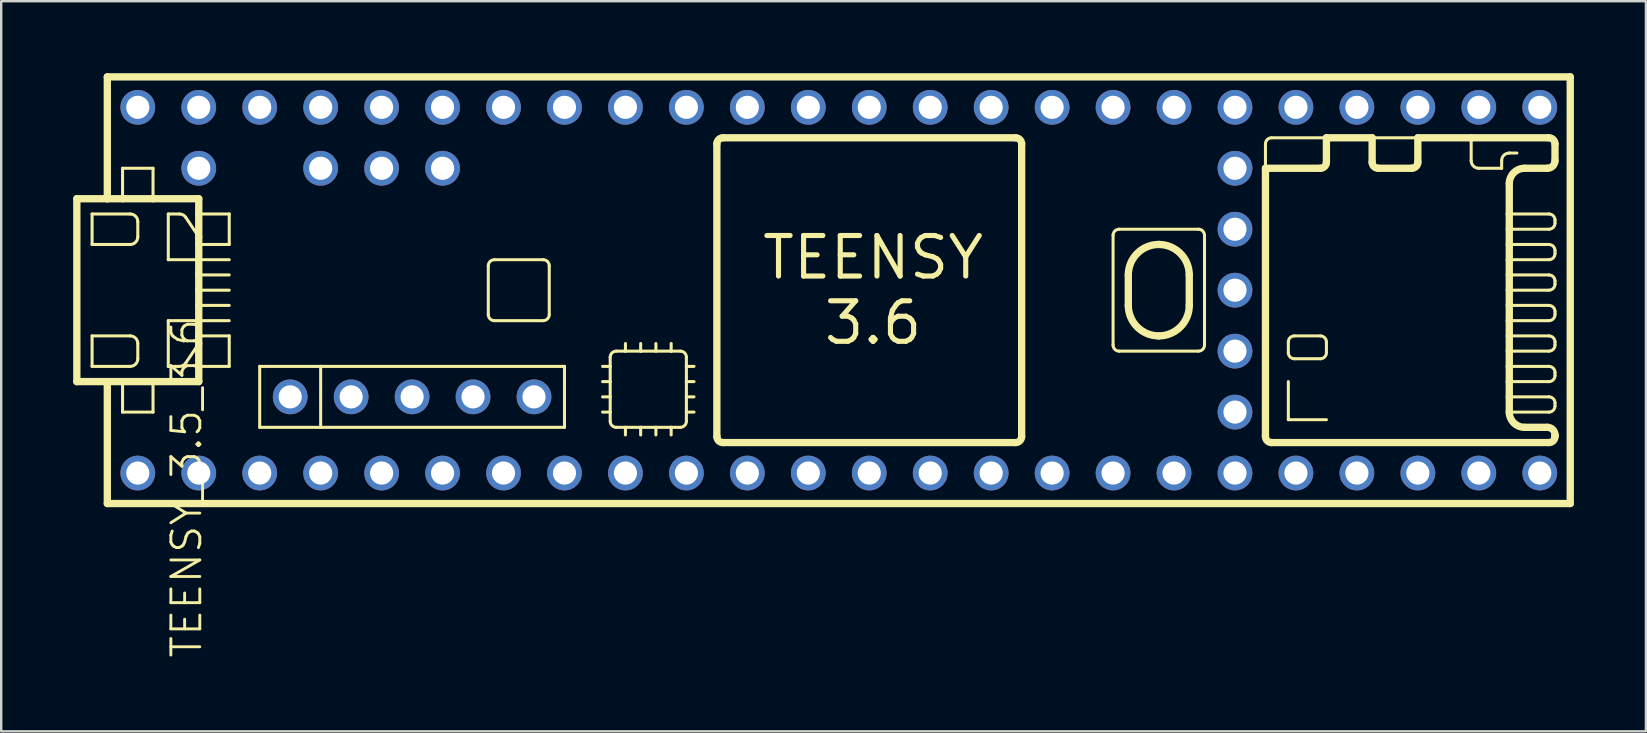
<source format=kicad_pcb>
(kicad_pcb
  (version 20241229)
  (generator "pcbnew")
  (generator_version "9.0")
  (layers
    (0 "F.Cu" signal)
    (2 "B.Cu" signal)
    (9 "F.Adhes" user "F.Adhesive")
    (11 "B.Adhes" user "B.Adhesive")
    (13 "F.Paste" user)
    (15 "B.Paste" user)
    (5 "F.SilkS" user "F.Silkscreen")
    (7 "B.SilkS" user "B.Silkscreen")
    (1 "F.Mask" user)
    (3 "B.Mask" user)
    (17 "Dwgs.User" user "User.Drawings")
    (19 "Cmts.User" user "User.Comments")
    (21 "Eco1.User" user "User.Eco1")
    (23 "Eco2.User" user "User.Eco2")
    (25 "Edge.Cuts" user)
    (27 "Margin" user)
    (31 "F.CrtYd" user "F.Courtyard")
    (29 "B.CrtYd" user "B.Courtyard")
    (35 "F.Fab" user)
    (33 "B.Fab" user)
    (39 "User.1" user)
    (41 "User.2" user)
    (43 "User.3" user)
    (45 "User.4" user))
  (footprint "TEENSY_3.5_3.6"
    (layer "F.Cu")
    (at 30.632 9.042)
    (property "Reference" "TEENSY_3.5_3.6" (at -25.908 8.255 270) (layer "F.SilkS") (effects (font (size 1.206 1.206) (thickness 0.121))))
    (attr through_hole)
    (fp_line (start -30.48 -3.81) (end -30.48 3.81) (stroke (width 0.305) (type solid)) (layer "F.SilkS"))
    (fp_line (start -30.48 3.81) (end -29.21 3.81) (stroke (width 0.305) (type solid)) (layer "F.SilkS"))
    (fp_line (start -29.845 -3.175) (end -29.845 -1.905) (stroke (width 0.127) (type solid)) (layer "F.SilkS"))
    (fp_line (start -29.845 -3.175) (end -28.258 -3.175) (stroke (width 0.127) (type solid)) (layer "F.SilkS"))
    (fp_line (start -29.845 1.905) (end -29.845 3.175) (stroke (width 0.127) (type solid)) (layer "F.SilkS"))
    (fp_line (start -29.845 3.175) (end -28.258 3.175) (stroke (width 0.127) (type solid)) (layer "F.SilkS"))
    (fp_line (start -29.21 -8.89) (end -29.21 -3.81) (stroke (width 0.305) (type solid)) (layer "F.SilkS"))
    (fp_line (start -29.21 -8.89) (end 31.75 -8.89) (stroke (width 0.305) (type solid)) (layer "F.SilkS"))
    (fp_line (start -29.21 -3.81) (end -30.48 -3.81) (stroke (width 0.305) (type solid)) (layer "F.SilkS"))
    (fp_line (start -29.21 3.81) (end -28.575 3.81) (stroke (width 0.305) (type solid)) (layer "F.SilkS"))
    (fp_line (start -29.21 8.89) (end -29.21 3.81) (stroke (width 0.305) (type solid)) (layer "F.SilkS"))
    (fp_line (start -28.575 -5.08) (end -27.305 -5.08) (stroke (width 0.127) (type solid)) (layer "F.SilkS"))
    (fp_line (start -28.575 -3.81) (end -29.21 -3.81) (stroke (width 0.305) (type solid)) (layer "F.SilkS"))
    (fp_line (start -28.575 -3.81) (end -28.575 -5.08) (stroke (width 0.127) (type solid)) (layer "F.SilkS"))
    (fp_line (start -28.575 3.81) (end -28.575 5.08) (stroke (width 0.127) (type solid)) (layer "F.SilkS"))
    (fp_line (start -28.575 3.81) (end -27.305 3.81) (stroke (width 0.305) (type solid)) (layer "F.SilkS"))
    (fp_line (start -28.575 5.08) (end -27.305 5.08) (stroke (width 0.127) (type solid)) (layer "F.SilkS"))
    (fp_line (start -28.258 -1.905) (end -29.845 -1.905) (stroke (width 0.127) (type solid)) (layer "F.SilkS"))
    (fp_line (start -28.258 1.905) (end -29.845 1.905) (stroke (width 0.127) (type solid)) (layer "F.SilkS"))
    (fp_line (start -27.94 -2.857) (end -27.94 -2.223) (stroke (width 0.127) (type solid)) (layer "F.SilkS"))
    (fp_line (start -27.94 2.857) (end -27.94 2.223) (stroke (width 0.127) (type solid)) (layer "F.SilkS"))
    (fp_line (start -27.305 -5.08) (end -27.305 -3.81) (stroke (width 0.127) (type solid)) (layer "F.SilkS"))
    (fp_line (start -27.305 -3.81) (end -28.575 -3.81) (stroke (width 0.305) (type solid)) (layer "F.SilkS"))
    (fp_line (start -27.305 3.81) (end -25.4 3.81) (stroke (width 0.305) (type solid)) (layer "F.SilkS"))
    (fp_line (start -27.305 5.08) (end -27.305 3.81) (stroke (width 0.127) (type solid)) (layer "F.SilkS"))
    (fp_line (start -26.67 -3.175) (end -26.205 -3.175) (stroke (width 0.127) (type solid)) (layer "F.SilkS"))
    (fp_line (start -26.67 -1.27) (end -26.67 -3.175) (stroke (width 0.127) (type solid)) (layer "F.SilkS"))
    (fp_line (start -26.67 1.27) (end -26.67 3.175) (stroke (width 0.127) (type solid)) (layer "F.SilkS"))
    (fp_line (start -26.67 3.175) (end -26.205 3.175) (stroke (width 0.127) (type solid)) (layer "F.SilkS"))
    (fp_line (start -25.941 -3.034) (end -25.4 -2.223) (stroke (width 0.127) (type solid)) (layer "F.SilkS"))
    (fp_line (start -25.941 3.034) (end -25.4 2.223) (stroke (width 0.127) (type solid)) (layer "F.SilkS"))
    (fp_line (start -25.4 -3.81) (end -27.305 -3.81) (stroke (width 0.305) (type solid)) (layer "F.SilkS"))
    (fp_line (start -25.4 -3.175) (end -25.4 -3.81) (stroke (width 0.305) (type solid)) (layer "F.SilkS"))
    (fp_line (start -25.4 -2.223) (end -25.4 -3.175) (stroke (width 0.305) (type solid)) (layer "F.SilkS"))
    (fp_line (start -25.4 -1.905) (end -25.4 -2.223) (stroke (width 0.305) (type solid)) (layer "F.SilkS"))
    (fp_line (start -25.4 -1.905) (end -24.13 -1.905) (stroke (width 0.127) (type solid)) (layer "F.SilkS"))
    (fp_line (start -25.4 -1.27) (end -26.67 -1.27) (stroke (width 0.127) (type solid)) (layer "F.SilkS"))
    (fp_line (start -25.4 -1.27) (end -25.4 -1.905) (stroke (width 0.305) (type solid)) (layer "F.SilkS"))
    (fp_line (start -25.4 -1.27) (end -24.13 -1.27) (stroke (width 0.127) (type solid)) (layer "F.SilkS"))
    (fp_line (start -25.4 -0.635) (end -25.4 -1.27) (stroke (width 0.305) (type solid)) (layer "F.SilkS"))
    (fp_line (start -25.4 -0.635) (end -24.13 -0.635) (stroke (width 0.127) (type solid)) (layer "F.SilkS"))
    (fp_line (start -25.4 0) (end -25.4 -0.635) (stroke (width 0.305) (type solid)) (layer "F.SilkS"))
    (fp_line (start -25.4 0) (end -24.13 0) (stroke (width 0.127) (type solid)) (layer "F.SilkS"))
    (fp_line (start -25.4 0.635) (end -25.4 0) (stroke (width 0.305) (type solid)) (layer "F.SilkS"))
    (fp_line (start -25.4 0.635) (end -24.13 0.635) (stroke (width 0.127) (type solid)) (layer "F.SilkS"))
    (fp_line (start -25.4 1.27) (end -26.67 1.27) (stroke (width 0.127) (type solid)) (layer "F.SilkS"))
    (fp_line (start -25.4 1.27) (end -25.4 0.635) (stroke (width 0.305) (type solid)) (layer "F.SilkS"))
    (fp_line (start -25.4 1.27) (end -24.13 1.27) (stroke (width 0.127) (type solid)) (layer "F.SilkS"))
    (fp_line (start -25.4 1.905) (end -25.4 1.27) (stroke (width 0.305) (type solid)) (layer "F.SilkS"))
    (fp_line (start -25.4 1.905) (end -24.13 1.905) (stroke (width 0.127) (type solid)) (layer "F.SilkS"))
    (fp_line (start -25.4 2.223) (end -25.4 1.905) (stroke (width 0.305) (type solid)) (layer "F.SilkS"))
    (fp_line (start -25.4 3.175) (end -25.4 2.223) (stroke (width 0.305) (type solid)) (layer "F.SilkS"))
    (fp_line (start -25.4 3.81) (end -25.4 3.175) (stroke (width 0.305) (type solid)) (layer "F.SilkS"))
    (fp_line (start -24.13 -3.175) (end -25.4 -3.175) (stroke (width 0.127) (type solid)) (layer "F.SilkS"))
    (fp_line (start -24.13 -1.905) (end -24.13 -3.175) (stroke (width 0.127) (type solid)) (layer "F.SilkS"))
    (fp_line (start -24.13 1.905) (end -24.13 3.175) (stroke (width 0.127) (type solid)) (layer "F.SilkS"))
    (fp_line (start -24.13 3.175) (end -25.4 3.175) (stroke (width 0.127) (type solid)) (layer "F.SilkS"))
    (fp_line (start -22.86 3.175) (end -20.32 3.175) (stroke (width 0.127) (type solid)) (layer "F.SilkS"))
    (fp_line (start -22.86 5.715) (end -22.86 3.175) (stroke (width 0.127) (type solid)) (layer "F.SilkS"))
    (fp_line (start -20.32 3.175) (end -20.32 5.715) (stroke (width 0.127) (type solid)) (layer "F.SilkS"))
    (fp_line (start -20.32 3.175) (end -10.16 3.175) (stroke (width 0.127) (type solid)) (layer "F.SilkS"))
    (fp_line (start -20.32 5.715) (end -22.86 5.715) (stroke (width 0.127) (type solid)) (layer "F.SilkS"))
    (fp_line (start -13.335 -1.016) (end -13.335 1.016) (stroke (width 0.127) (type solid)) (layer "F.SilkS"))
    (fp_line (start -13.081 1.27) (end -11.049 1.27) (stroke (width 0.127) (type solid)) (layer "F.SilkS"))
    (fp_line (start -11.049 -1.27) (end -13.081 -1.27) (stroke (width 0.127) (type solid)) (layer "F.SilkS"))
    (fp_line (start -10.795 1.016) (end -10.795 -1.016) (stroke (width 0.127) (type solid)) (layer "F.SilkS"))
    (fp_line (start -10.16 3.175) (end -10.16 5.715) (stroke (width 0.127) (type solid)) (layer "F.SilkS"))
    (fp_line (start -10.16 5.715) (end -20.32 5.715) (stroke (width 0.127) (type solid)) (layer "F.SilkS"))
    (fp_line (start -8.255 2.794) (end -8.255 3.175) (stroke (width 0.127) (type solid)) (layer "F.SilkS"))
    (fp_line (start -8.255 3.175) (end -8.572 3.175) (stroke (width 0.127) (type solid)) (layer "F.SilkS"))
    (fp_line (start -8.255 3.175) (end -8.255 3.81) (stroke (width 0.127) (type solid)) (layer "F.SilkS"))
    (fp_line (start -8.255 3.81) (end -8.572 3.81) (stroke (width 0.127) (type solid)) (layer "F.SilkS"))
    (fp_line (start -8.255 3.81) (end -8.255 4.445) (stroke (width 0.127) (type solid)) (layer "F.SilkS"))
    (fp_line (start -8.255 4.445) (end -8.572 4.445) (stroke (width 0.127) (type solid)) (layer "F.SilkS"))
    (fp_line (start -8.255 4.445) (end -8.255 5.08) (stroke (width 0.127) (type solid)) (layer "F.SilkS"))
    (fp_line (start -8.255 5.08) (end -8.572 5.08) (stroke (width 0.127) (type solid)) (layer "F.SilkS"))
    (fp_line (start -8.255 5.08) (end -8.255 5.461) (stroke (width 0.127) (type solid)) (layer "F.SilkS"))
    (fp_line (start -8.001 5.715) (end -7.62 5.715) (stroke (width 0.127) (type solid)) (layer "F.SilkS"))
    (fp_line (start -7.62 2.54) (end -8.001 2.54) (stroke (width 0.127) (type solid)) (layer "F.SilkS"))
    (fp_line (start -7.62 2.54) (end -7.62 2.223) (stroke (width 0.127) (type solid)) (layer "F.SilkS"))
    (fp_line (start -7.62 5.715) (end -7.62 6.032) (stroke (width 0.127) (type solid)) (layer "F.SilkS"))
    (fp_line (start -7.62 5.715) (end -6.985 5.715) (stroke (width 0.127) (type solid)) (layer "F.SilkS"))
    (fp_line (start -6.985 2.54) (end -7.62 2.54) (stroke (width 0.127) (type solid)) (layer "F.SilkS"))
    (fp_line (start -6.985 2.54) (end -6.985 2.223) (stroke (width 0.127) (type solid)) (layer "F.SilkS"))
    (fp_line (start -6.985 5.715) (end -6.985 6.032) (stroke (width 0.127) (type solid)) (layer "F.SilkS"))
    (fp_line (start -6.985 5.715) (end -6.35 5.715) (stroke (width 0.127) (type solid)) (layer "F.SilkS"))
    (fp_line (start -6.35 2.54) (end -6.985 2.54) (stroke (width 0.127) (type solid)) (layer "F.SilkS"))
    (fp_line (start -6.35 2.54) (end -6.35 2.223) (stroke (width 0.127) (type solid)) (layer "F.SilkS"))
    (fp_line (start -6.35 5.715) (end -6.35 6.032) (stroke (width 0.127) (type solid)) (layer "F.SilkS"))
    (fp_line (start -6.35 5.715) (end -5.715 5.715) (stroke (width 0.127) (type solid)) (layer "F.SilkS"))
    (fp_line (start -5.715 2.54) (end -6.35 2.54) (stroke (width 0.127) (type solid)) (layer "F.SilkS"))
    (fp_line (start -5.715 2.54) (end -5.715 2.223) (stroke (width 0.127) (type solid)) (layer "F.SilkS"))
    (fp_line (start -5.715 5.715) (end -5.715 6.032) (stroke (width 0.127) (type solid)) (layer "F.SilkS"))
    (fp_line (start -5.715 5.715) (end -5.334 5.715) (stroke (width 0.127) (type solid)) (layer "F.SilkS"))
    (fp_line (start -5.334 2.54) (end -5.715 2.54) (stroke (width 0.127) (type solid)) (layer "F.SilkS"))
    (fp_line (start -5.08 3.175) (end -5.08 2.794) (stroke (width 0.127) (type solid)) (layer "F.SilkS"))
    (fp_line (start -5.08 3.175) (end -4.763 3.175) (stroke (width 0.127) (type solid)) (layer "F.SilkS"))
    (fp_line (start -5.08 3.81) (end -5.08 3.175) (stroke (width 0.127) (type solid)) (layer "F.SilkS"))
    (fp_line (start -5.08 3.81) (end -4.763 3.81) (stroke (width 0.127) (type solid)) (layer "F.SilkS"))
    (fp_line (start -5.08 4.445) (end -5.08 3.81) (stroke (width 0.127) (type solid)) (layer "F.SilkS"))
    (fp_line (start -5.08 4.445) (end -4.763 4.445) (stroke (width 0.127) (type solid)) (layer "F.SilkS"))
    (fp_line (start -5.08 5.08) (end -5.08 4.445) (stroke (width 0.127) (type solid)) (layer "F.SilkS"))
    (fp_line (start -5.08 5.08) (end -4.763 5.08) (stroke (width 0.127) (type solid)) (layer "F.SilkS"))
    (fp_line (start -5.08 5.461) (end -5.08 5.08) (stroke (width 0.127) (type solid)) (layer "F.SilkS"))
    (fp_line (start -3.81 6.096) (end -3.81 -6.096) (stroke (width 0.305) (type solid)) (layer "F.SilkS"))
    (fp_line (start -3.556 -6.35) (end 8.636 -6.35) (stroke (width 0.305) (type solid)) (layer "F.SilkS"))
    (fp_line (start 8.636 6.35) (end -3.556 6.35) (stroke (width 0.305) (type solid)) (layer "F.SilkS"))
    (fp_line (start 8.89 -6.096) (end 8.89 6.096) (stroke (width 0.305) (type solid)) (layer "F.SilkS"))
    (fp_line (start 12.7 -2.286) (end 12.7 2.286) (stroke (width 0.127) (type solid)) (layer "F.SilkS"))
    (fp_line (start 12.954 2.54) (end 16.256 2.54) (stroke (width 0.127) (type solid)) (layer "F.SilkS"))
    (fp_line (start 13.335 0.635) (end 13.335 -0.635) (stroke (width 0.305) (type solid)) (layer "F.SilkS"))
    (fp_line (start 15.875 -0.635) (end 15.875 0.635) (stroke (width 0.305) (type solid)) (layer "F.SilkS"))
    (fp_line (start 16.256 -2.54) (end 12.954 -2.54) (stroke (width 0.127) (type solid)) (layer "F.SilkS"))
    (fp_line (start 16.51 2.286) (end 16.51 -2.286) (stroke (width 0.127) (type solid)) (layer "F.SilkS"))
    (fp_line (start 19.05 -5.08) (end 19.05 -6.096) (stroke (width 0.127) (type solid)) (layer "F.SilkS"))
    (fp_line (start 19.05 -5.08) (end 21.336 -5.08) (stroke (width 0.305) (type solid)) (layer "F.SilkS"))
    (fp_line (start 19.05 6.096) (end 19.05 -5.08) (stroke (width 0.305) (type solid)) (layer "F.SilkS"))
    (fp_line (start 19.304 -6.35) (end 21.59 -6.35) (stroke (width 0.127) (type solid)) (layer "F.SilkS"))
    (fp_line (start 20.003 2.159) (end 20.003 2.603) (stroke (width 0.127) (type solid)) (layer "F.SilkS"))
    (fp_line (start 20.003 3.81) (end 20.003 5.397) (stroke (width 0.127) (type solid)) (layer "F.SilkS"))
    (fp_line (start 20.003 5.397) (end 21.59 5.397) (stroke (width 0.127) (type solid)) (layer "F.SilkS"))
    (fp_line (start 20.256 2.857) (end 21.336 2.857) (stroke (width 0.127) (type solid)) (layer "F.SilkS"))
    (fp_line (start 21.336 1.905) (end 20.256 1.905) (stroke (width 0.127) (type solid)) (layer "F.SilkS"))
    (fp_line (start 21.59 -6.35) (end 23.495 -6.35) (stroke (width 0.305) (type solid)) (layer "F.SilkS"))
    (fp_line (start 21.59 -5.334) (end 21.59 -6.35) (stroke (width 0.305) (type solid)) (layer "F.SilkS"))
    (fp_line (start 21.59 2.603) (end 21.59 2.159) (stroke (width 0.127) (type solid)) (layer "F.SilkS"))
    (fp_line (start 23.495 -6.35) (end 23.495 -5.334) (stroke (width 0.305) (type solid)) (layer "F.SilkS"))
    (fp_line (start 23.495 -6.35) (end 25.4 -6.35) (stroke (width 0.127) (type solid)) (layer "F.SilkS"))
    (fp_line (start 23.749 -5.08) (end 25.146 -5.08) (stroke (width 0.305) (type solid)) (layer "F.SilkS"))
    (fp_line (start 25.4 -6.35) (end 27.622 -6.35) (stroke (width 0.305) (type solid)) (layer "F.SilkS"))
    (fp_line (start 25.4 -5.334) (end 25.4 -6.35) (stroke (width 0.305) (type solid)) (layer "F.SilkS"))
    (fp_line (start 27.622 -6.35) (end 27.622 -5.397) (stroke (width 0.127) (type solid)) (layer "F.SilkS"))
    (fp_line (start 27.622 -6.35) (end 30.861 -6.35) (stroke (width 0.305) (type solid)) (layer "F.SilkS"))
    (fp_line (start 27.94 -5.08) (end 28.892 -5.08) (stroke (width 0.127) (type solid)) (layer "F.SilkS"))
    (fp_line (start 28.892 -5.08) (end 28.892 -5.397) (stroke (width 0.127) (type solid)) (layer "F.SilkS"))
    (fp_line (start 29.21 -5.715) (end 29.527 -5.715) (stroke (width 0.127) (type solid)) (layer "F.SilkS"))
    (fp_line (start 29.21 -4.445) (end 29.21 -3.175) (stroke (width 0.305) (type solid)) (layer "F.SilkS"))
    (fp_line (start 29.21 -3.175) (end 29.21 -2.54) (stroke (width 0.305) (type solid)) (layer "F.SilkS"))
    (fp_line (start 29.21 -3.175) (end 30.861 -3.175) (stroke (width 0.127) (type solid)) (layer "F.SilkS"))
    (fp_line (start 29.21 -2.54) (end 29.21 -1.905) (stroke (width 0.305) (type solid)) (layer "F.SilkS"))
    (fp_line (start 29.21 -1.905) (end 29.21 -1.27) (stroke (width 0.305) (type solid)) (layer "F.SilkS"))
    (fp_line (start 29.21 -1.905) (end 30.861 -1.905) (stroke (width 0.127) (type solid)) (layer "F.SilkS"))
    (fp_line (start 29.21 -1.27) (end 29.21 -0.635) (stroke (width 0.305) (type solid)) (layer "F.SilkS"))
    (fp_line (start 29.21 -0.635) (end 29.21 0) (stroke (width 0.305) (type solid)) (layer "F.SilkS"))
    (fp_line (start 29.21 -0.635) (end 30.861 -0.635) (stroke (width 0.127) (type solid)) (layer "F.SilkS"))
    (fp_line (start 29.21 0) (end 29.21 0.635) (stroke (width 0.305) (type solid)) (layer "F.SilkS"))
    (fp_line (start 29.21 0.635) (end 29.21 1.27) (stroke (width 0.305) (type solid)) (layer "F.SilkS"))
    (fp_line (start 29.21 0.635) (end 30.861 0.635) (stroke (width 0.127) (type solid)) (layer "F.SilkS"))
    (fp_line (start 29.21 1.27) (end 29.21 1.905) (stroke (width 0.305) (type solid)) (layer "F.SilkS"))
    (fp_line (start 29.21 1.905) (end 29.21 2.54) (stroke (width 0.305) (type solid)) (layer "F.SilkS"))
    (fp_line (start 29.21 1.905) (end 30.861 1.905) (stroke (width 0.127) (type solid)) (layer "F.SilkS"))
    (fp_line (start 29.21 2.54) (end 29.21 3.175) (stroke (width 0.305) (type solid)) (layer "F.SilkS"))
    (fp_line (start 29.21 3.175) (end 29.21 3.81) (stroke (width 0.305) (type solid)) (layer "F.SilkS"))
    (fp_line (start 29.21 3.175) (end 30.861 3.175) (stroke (width 0.127) (type solid)) (layer "F.SilkS"))
    (fp_line (start 29.21 3.81) (end 29.21 4.445) (stroke (width 0.305) (type solid)) (layer "F.SilkS"))
    (fp_line (start 29.21 4.445) (end 29.21 5.08) (stroke (width 0.305) (type solid)) (layer "F.SilkS"))
    (fp_line (start 29.21 4.445) (end 30.861 4.445) (stroke (width 0.127) (type solid)) (layer "F.SilkS"))
    (fp_line (start 29.845 5.715) (end 30.797 5.715) (stroke (width 0.305) (type solid)) (layer "F.SilkS"))
    (fp_line (start 30.797 -5.08) (end 29.845 -5.08) (stroke (width 0.305) (type solid)) (layer "F.SilkS"))
    (fp_line (start 30.861 -2.54) (end 29.21 -2.54) (stroke (width 0.127) (type solid)) (layer "F.SilkS"))
    (fp_line (start 30.861 -1.27) (end 29.21 -1.27) (stroke (width 0.127) (type solid)) (layer "F.SilkS"))
    (fp_line (start 30.861 0) (end 29.21 0) (stroke (width 0.127) (type solid)) (layer "F.SilkS"))
    (fp_line (start 30.861 1.27) (end 29.21 1.27) (stroke (width 0.127) (type solid)) (layer "F.SilkS"))
    (fp_line (start 30.861 2.54) (end 29.21 2.54) (stroke (width 0.127) (type solid)) (layer "F.SilkS"))
    (fp_line (start 30.861 3.81) (end 29.21 3.81) (stroke (width 0.127) (type solid)) (layer "F.SilkS"))
    (fp_line (start 30.861 5.08) (end 29.21 5.08) (stroke (width 0.127) (type solid)) (layer "F.SilkS"))
    (fp_line (start 30.861 6.35) (end 19.304 6.35) (stroke (width 0.305) (type solid)) (layer "F.SilkS"))
    (fp_line (start 31.115 -6.096) (end 31.115 -5.397) (stroke (width 0.305) (type solid)) (layer "F.SilkS"))
    (fp_line (start 31.115 -2.921) (end 31.115 -2.794) (stroke (width 0.127) (type solid)) (layer "F.SilkS"))
    (fp_line (start 31.115 -1.651) (end 31.115 -1.524) (stroke (width 0.127) (type solid)) (layer "F.SilkS"))
    (fp_line (start 31.115 -0.381) (end 31.115 -0.254) (stroke (width 0.127) (type solid)) (layer "F.SilkS"))
    (fp_line (start 31.115 0.889) (end 31.115 1.016) (stroke (width 0.127) (type solid)) (layer "F.SilkS"))
    (fp_line (start 31.115 2.159) (end 31.115 2.286) (stroke (width 0.127) (type solid)) (layer "F.SilkS"))
    (fp_line (start 31.115 3.429) (end 31.115 3.556) (stroke (width 0.127) (type solid)) (layer "F.SilkS"))
    (fp_line (start 31.115 4.699) (end 31.115 4.826) (stroke (width 0.127) (type solid)) (layer "F.SilkS"))
    (fp_line (start 31.115 6.032) (end 31.115 6.096) (stroke (width 0.305) (type solid)) (layer "F.SilkS"))
    (fp_line (start 31.75 -8.89) (end 31.75 8.89) (stroke (width 0.305) (type solid)) (layer "F.SilkS"))
    (fp_line (start 31.75 8.89) (end -29.21 8.89) (stroke (width 0.305) (type solid)) (layer "F.SilkS"))
    (fp_arc (start -28.2575 -3.175) (mid -28.032994 -3.082006) (end -27.94 -2.8575) (stroke (width 0.127) (type solid)) (layer "F.SilkS"))
    (fp_arc (start -28.2575 1.905) (mid -28.032994 1.997994) (end -27.94 2.2225) (stroke (width 0.127) (type solid)) (layer "F.SilkS"))
    (fp_arc (start -27.94 -2.2225) (mid -28.032994 -1.997994) (end -28.2575 -1.905) (stroke (width 0.127) (type solid)) (layer "F.SilkS"))
    (fp_arc (start -27.94 2.8575) (mid -28.032994 3.082006) (end -28.2575 3.175) (stroke (width 0.127) (type solid)) (layer "F.SilkS"))
    (fp_arc (start -26.204921 -3.175) (mid -26.055104 -3.137431) (end -25.940741 -3.033615) (stroke (width 0.127) (type solid)) (layer "F.SilkS"))
    (fp_arc (start -25.940741 3.033615) (mid -26.055104 3.137432) (end -26.204921 3.175) (stroke (width 0.127) (type solid)) (layer "F.SilkS"))
    (fp_arc (start -13.335 -1.016) (mid -13.260605 -1.195605) (end -13.081 -1.27) (stroke (width 0.127) (type solid)) (layer "F.SilkS"))
    (fp_arc (start -13.081 1.27) (mid -13.260605 1.195605) (end -13.335 1.016) (stroke (width 0.127) (type solid)) (layer "F.SilkS"))
    (fp_arc (start -11.049 -1.27) (mid -10.869395 -1.195605) (end -10.795 -1.016) (stroke (width 0.127) (type solid)) (layer "F.SilkS"))
    (fp_arc (start -10.795 1.016) (mid -10.869395 1.195605) (end -11.049 1.27) (stroke (width 0.127) (type solid)) (layer "F.SilkS"))
    (fp_arc (start -8.255 2.794) (mid -8.180605 2.614395) (end -8.001 2.54) (stroke (width 0.127) (type solid)) (layer "F.SilkS"))
    (fp_arc (start -8.001 5.715) (mid -8.180605 5.640605) (end -8.255 5.461) (stroke (width 0.127) (type solid)) (layer "F.SilkS"))
    (fp_arc (start -5.334 2.54) (mid -5.154395 2.614395) (end -5.08 2.794) (stroke (width 0.127) (type solid)) (layer "F.SilkS"))
    (fp_arc (start -5.08 5.461) (mid -5.154395 5.640605) (end -5.334 5.715) (stroke (width 0.127) (type solid)) (layer "F.SilkS"))
    (fp_arc (start -3.81 -6.096) (mid -3.735605 -6.275605) (end -3.556 -6.35) (stroke (width 0.3048) (type solid)) (layer "F.SilkS"))
    (fp_arc (start -3.556 6.35) (mid -3.735605 6.275605) (end -3.81 6.096) (stroke (width 0.3048) (type solid)) (layer "F.SilkS"))
    (fp_arc (start 8.636 -6.35) (mid 8.815605 -6.275605) (end 8.89 -6.096) (stroke (width 0.3048) (type solid)) (layer "F.SilkS"))
    (fp_arc (start 8.89 6.096) (mid 8.815605 6.275605) (end 8.636 6.35) (stroke (width 0.3048) (type solid)) (layer "F.SilkS"))
    (fp_arc (start 12.7 -2.286) (mid 12.774395 -2.465605) (end 12.954 -2.54) (stroke (width 0.127) (type solid)) (layer "F.SilkS"))
    (fp_arc (start 12.954 2.54) (mid 12.774395 2.465605) (end 12.7 2.286) (stroke (width 0.127) (type solid)) (layer "F.SilkS"))
    (fp_arc (start 13.335 -0.635) (mid 13.706975 -1.533025) (end 14.605001 -1.904999) (stroke (width 0.3048) (type solid)) (layer "F.SilkS"))
    (fp_arc (start 14.605 -1.905) (mid 15.503026 -1.533025) (end 15.875001 -0.634999) (stroke (width 0.3048) (type solid)) (layer "F.SilkS"))
    (fp_arc (start 14.605 1.905) (mid 13.706974 1.533025) (end 13.334999 0.634999) (stroke (width 0.3048) (type solid)) (layer "F.SilkS"))
    (fp_arc (start 15.875 0.635) (mid 15.503025 1.533025) (end 14.604999 1.904999) (stroke (width 0.3048) (type solid)) (layer "F.SilkS"))
    (fp_arc (start 16.256 -2.54) (mid 16.435605 -2.465605) (end 16.51 -2.286) (stroke (width 0.127) (type solid)) (layer "F.SilkS"))
    (fp_arc (start 16.51 2.286) (mid 16.435605 2.465605) (end 16.256 2.54) (stroke (width 0.127) (type solid)) (layer "F.SilkS"))
    (fp_arc (start 19.05 -6.096) (mid 19.124395 -6.275605) (end 19.304 -6.35) (stroke (width 0.127) (type solid)) (layer "F.SilkS"))
    (fp_arc (start 19.304 6.35) (mid 19.124395 6.275605) (end 19.05 6.096) (stroke (width 0.3048) (type solid)) (layer "F.SilkS"))
    (fp_arc (start 20.0025 2.159) (mid 20.076895 1.979395) (end 20.2565 1.905) (stroke (width 0.127) (type solid)) (layer "F.SilkS"))
    (fp_arc (start 20.2565 2.8575) (mid 20.076895 2.783105) (end 20.0025 2.6035) (stroke (width 0.127) (type solid)) (layer "F.SilkS"))
    (fp_arc (start 21.336 1.905) (mid 21.515605 1.979395) (end 21.59 2.159) (stroke (width 0.127) (type solid)) (layer "F.SilkS"))
    (fp_arc (start 21.59 -5.334) (mid 21.515605 -5.154395) (end 21.336 -5.08) (stroke (width 0.3048) (type solid)) (layer "F.SilkS"))
    (fp_arc (start 21.59 2.6035) (mid 21.515605 2.783105) (end 21.336 2.8575) (stroke (width 0.127) (type solid)) (layer "F.SilkS"))
    (fp_arc (start 23.749 -5.08) (mid 23.569395 -5.154395) (end 23.495 -5.334) (stroke (width 0.3048) (type solid)) (layer "F.SilkS"))
    (fp_arc (start 25.4 -5.334) (mid 25.325605 -5.154395) (end 25.146 -5.08) (stroke (width 0.3048) (type solid)) (layer "F.SilkS"))
    (fp_arc (start 27.94 -5.08) (mid 27.715494 -5.172994) (end 27.6225 -5.3975) (stroke (width 0.127) (type solid)) (layer "F.SilkS"))
    (fp_arc (start 28.8925 -5.3975) (mid 28.985494 -5.622006) (end 29.21 -5.715) (stroke (width 0.127) (type solid)) (layer "F.SilkS"))
    (fp_arc (start 29.21 -4.445) (mid 29.395987 -4.894013) (end 29.845 -5.08) (stroke (width 0.3048) (type solid)) (layer "F.SilkS"))
    (fp_arc (start 29.845 5.715) (mid 29.395987 5.529013) (end 29.21 5.08) (stroke (width 0.3048) (type solid)) (layer "F.SilkS"))
    (fp_arc (start 30.7975 5.715) (mid 31.022006 5.807994) (end 31.115 6.0325) (stroke (width 0.3048) (type solid)) (layer "F.SilkS"))
    (fp_arc (start 30.861 -6.35) (mid 31.040605 -6.275605) (end 31.115 -6.096) (stroke (width 0.3048) (type solid)) (layer "F.SilkS"))
    (fp_arc (start 30.861 -3.175) (mid 31.040605 -3.100605) (end 31.115 -2.921) (stroke (width 0.127) (type solid)) (layer "F.SilkS"))
    (fp_arc (start 30.861 -1.905) (mid 31.040605 -1.830605) (end 31.115 -1.651) (stroke (width 0.127) (type solid)) (layer "F.SilkS"))
    (fp_arc (start 30.861 -0.635) (mid 31.040605 -0.560605) (end 31.115 -0.381) (stroke (width 0.127) (type solid)) (layer "F.SilkS"))
    (fp_arc (start 30.861 0.635) (mid 31.040605 0.709395) (end 31.115 0.889) (stroke (width 0.127) (type solid)) (layer "F.SilkS"))
    (fp_arc (start 30.861 1.905) (mid 31.040605 1.979395) (end 31.115 2.159) (stroke (width 0.127) (type solid)) (layer "F.SilkS"))
    (fp_arc (start 30.861 3.175) (mid 31.040605 3.249395) (end 31.115 3.429) (stroke (width 0.127) (type solid)) (layer "F.SilkS"))
    (fp_arc (start 30.861 4.445) (mid 31.040605 4.519395) (end 31.115 4.699) (stroke (width 0.127) (type solid)) (layer "F.SilkS"))
    (fp_arc (start 31.115 -5.3975) (mid 31.022006 -5.172994) (end 30.7975 -5.08) (stroke (width 0.3048) (type solid)) (layer "F.SilkS"))
    (fp_arc (start 31.115 -2.794) (mid 31.040605 -2.614395) (end 30.861 -2.54) (stroke (width 0.127) (type solid)) (layer "F.SilkS"))
    (fp_arc (start 31.115 -1.524) (mid 31.040605 -1.344395) (end 30.861 -1.27) (stroke (width 0.127) (type solid)) (layer "F.SilkS"))
    (fp_arc (start 31.115 -0.254) (mid 31.040605 -0.074395) (end 30.861 0) (stroke (width 0.127) (type solid)) (layer "F.SilkS"))
    (fp_arc (start 31.115 1.016) (mid 31.040605 1.195605) (end 30.861 1.27) (stroke (width 0.127) (type solid)) (layer "F.SilkS"))
    (fp_arc (start 31.115 2.286) (mid 31.040605 2.465605) (end 30.861 2.54) (stroke (width 0.127) (type solid)) (layer "F.SilkS"))
    (fp_arc (start 31.115 3.556) (mid 31.040605 3.735605) (end 30.861 3.81) (stroke (width 0.127) (type solid)) (layer "F.SilkS"))
    (fp_arc (start 31.115 4.826) (mid 31.040605 5.005605) (end 30.861 5.08) (stroke (width 0.127) (type solid)) (layer "F.SilkS"))
    (fp_arc (start 31.115 6.096) (mid 31.040605 6.275605) (end 30.861 6.35) (stroke (width 0.3048) (type solid)) (layer "F.SilkS"))
    (fp_text user "TEENSY\n3.6" (at 2.699 0 0) (layer "F.SilkS") (effects (font (size 1.689 1.689) (thickness 0.213))))
    (pad "0/RX" thru_hole circle (at -25.4 7.62) (size 1.448 1.448) (drill 0.965) (layers "*.Cu" "*.Mask"))
    (pad "1/TX" thru_hole circle (at -22.86 7.62) (size 1.448 1.448) (drill 0.965) (layers "*.Cu" "*.Mask"))
    (pad "2" thru_hole circle (at -20.32 7.62) (size 1.448 1.448) (drill 0.965) (layers "*.Cu" "*.Mask"))
    (pad "3/CANTX" thru_hole circle (at -17.78 7.62) (size 1.448 1.448) (drill 0.965) (layers "*.Cu" "*.Mask"))
    (pad "3V3" thru_hole circle (at 7.62 7.62) (size 1.448 1.448) (drill 0.965) (layers "*.Cu" "*.Mask"))
    (pad "3V3_2" thru_hole circle (at 17.78 2.54) (size 1.448 1.448) (drill 0.965) (layers "*.Cu" "*.Mask"))
    (pad "3V3_LO" thru_hole circle (at -22.86 -7.62) (size 1.448 1.448) (drill 0.965) (layers "*.Cu" "*.Mask"))
    (pad "4/CANRX" thru_hole circle (at -15.24 7.62) (size 1.448 1.448) (drill 0.965) (layers "*.Cu" "*.Mask"))
    (pad "5" thru_hole circle (at -12.7 7.62) (size 1.448 1.448) (drill 0.965) (layers "*.Cu" "*.Mask"))
    (pad "6" thru_hole circle (at -10.16 7.62) (size 1.448 1.448) (drill 0.965) (layers "*.Cu" "*.Mask"))
    (pad "7" thru_hole circle (at -7.62 7.62) (size 1.448 1.448) (drill 0.965) (layers "*.Cu" "*.Mask"))
    (pad "8" thru_hole circle (at -5.08 7.62) (size 1.448 1.448) (drill 0.965) (layers "*.Cu" "*.Mask"))
    (pad "9/CS" thru_hole circle (at -2.54 7.62) (size 1.448 1.448) (drill 0.965) (layers "*.Cu" "*.Mask"))
    (pad "10/CS" thru_hole circle (at 0 7.62) (size 1.448 1.448) (drill 0.965) (layers "*.Cu" "*.Mask"))
    (pad "11/MOSI" thru_hole circle (at 2.54 7.62) (size 1.448 1.448) (drill 0.965) (layers "*.Cu" "*.Mask"))
    (pad "12/MISO" thru_hole circle (at 5.08 7.62) (size 1.448 1.448) (drill 0.965) (layers "*.Cu" "*.Mask"))
    (pad "13/SCK" thru_hole circle (at 5.08 -7.62) (size 1.448 1.448) (drill 0.965) (layers "*.Cu" "*.Mask"))
    (pad "14/A0" thru_hole circle (at 2.54 -7.62) (size 1.448 1.448) (drill 0.965) (layers "*.Cu" "*.Mask"))
    (pad "15/A1" thru_hole circle (at 0 -7.62) (size 1.448 1.448) (drill 0.965) (layers "*.Cu" "*.Mask"))
    (pad "16/A2" thru_hole circle (at -2.54 -7.62) (size 1.448 1.448) (drill 0.965) (layers "*.Cu" "*.Mask"))
    (pad "17/A3" thru_hole circle (at -5.08 -7.62) (size 1.448 1.448) (drill 0.965) (layers "*.Cu" "*.Mask"))
    (pad "18/A4/SDA" thru_hole circle (at -7.62 -7.62) (size 1.448 1.448) (drill 0.965) (layers "*.Cu" "*.Mask"))
    (pad "19/A5/SCL" thru_hole circle (at -10.16 -7.62) (size 1.448 1.448) (drill 0.965) (layers "*.Cu" "*.Mask"))
    (pad "20/A6" thru_hole circle (at -12.7 -7.62) (size 1.448 1.448) (drill 0.965) (layers "*.Cu" "*.Mask"))
    (pad "21/A7" thru_hole circle (at -15.24 -7.62) (size 1.448 1.448) (drill 0.965) (layers "*.Cu" "*.Mask"))
    (pad "21/DAC0" thru_hole circle (at 12.7 -7.62) (size 1.448 1.448) (drill 0.965) (layers "*.Cu" "*.Mask"))
    (pad "22/A8" thru_hole circle (at -17.78 -7.62) (size 1.448 1.448) (drill 0.965) (layers "*.Cu" "*.Mask"))
    (pad "23/A9" thru_hole circle (at -20.32 -7.62) (size 1.448 1.448) (drill 0.965) (layers "*.Cu" "*.Mask"))
    (pad "24" thru_hole circle (at 10.16 7.62) (size 1.448 1.448) (drill 0.965) (layers "*.Cu" "*.Mask"))
    (pad "25" thru_hole circle (at 12.7 7.62) (size 1.448 1.448) (drill 0.965) (layers "*.Cu" "*.Mask"))
    (pad "26" thru_hole circle (at 15.24 7.62) (size 1.448 1.448) (drill 0.965) (layers "*.Cu" "*.Mask"))
    (pad "27" thru_hole circle (at 17.78 7.62) (size 1.448 1.448) (drill 0.965) (layers "*.Cu" "*.Mask"))
    (pad "28" thru_hole circle (at 20.32 7.62) (size 1.448 1.448) (drill 0.965) (layers "*.Cu" "*.Mask"))
    (pad "29" thru_hole circle (at 22.86 7.62) (size 1.448 1.448) (drill 0.965) (layers "*.Cu" "*.Mask"))
    (pad "30" thru_hole circle (at 25.4 7.62) (size 1.448 1.448) (drill 0.965) (layers "*.Cu" "*.Mask"))
    (pad "31/A12" thru_hole circle (at 27.94 7.62) (size 1.448 1.448) (drill 0.965) (layers "*.Cu" "*.Mask"))
    (pad "32/A13" thru_hole circle (at 30.48 7.62) (size 1.448 1.448) (drill 0.965) (layers "*.Cu" "*.Mask"))
    (pad "33/A14" thru_hole circle (at 30.48 -7.62) (size 1.448 1.448) (drill 0.965) (layers "*.Cu" "*.Mask"))
    (pad "34/A15" thru_hole circle (at 27.94 -7.62) (size 1.448 1.448) (drill 0.965) (layers "*.Cu" "*.Mask"))
    (pad "35/A16" thru_hole circle (at 25.4 -7.62) (size 1.448 1.448) (drill 0.965) (layers "*.Cu" "*.Mask"))
    (pad "36/A17" thru_hole circle (at 22.86 -7.62) (size 1.448 1.448) (drill 0.965) (layers "*.Cu" "*.Mask"))
    (pad "37/A18" thru_hole circle (at 20.32 -7.62) (size 1.448 1.448) (drill 0.965) (layers "*.Cu" "*.Mask"))
    (pad "38/A19" thru_hole circle (at 17.78 -7.62) (size 1.448 1.448) (drill 0.965) (layers "*.Cu" "*.Mask"))
    (pad "39/A20" thru_hole circle (at 15.24 -7.62) (size 1.448 1.448) (drill 0.965) (layers "*.Cu" "*.Mask"))
    (pad "A10" thru_hole circle (at -17.78 -5.08) (size 1.448 1.448) (drill 0.965) (layers "*.Cu" "*.Mask"))
    (pad "A11" thru_hole circle (at -15.24 -5.08) (size 1.448 1.448) (drill 0.965) (layers "*.Cu" "*.Mask"))
    (pad "A22/DAC1" thru_hole circle (at 10.16 -7.62) (size 1.448 1.448) (drill 0.965) (layers "*.Cu" "*.Mask"))
    (pad "AGND" thru_hole circle (at -25.4 -7.62) (size 1.448 1.448) (drill 0.965) (layers "*.Cu" "*.Mask"))
    (pad "AREF" thru_hole circle (at -20.32 -5.08) (size 1.448 1.448) (drill 0.965) (layers "*.Cu" "*.Mask"))
    (pad "GND" thru_hole circle (at -27.94 7.62) (size 1.448 1.448) (drill 0.965) (layers "*.Cu" "*.Mask"))
    (pad "GND2" thru_hole circle (at 7.62 -7.62) (size 1.448 1.448) (drill 0.965) (layers "*.Cu" "*.Mask"))
    (pad "GND3" thru_hole circle (at 17.78 0) (size 1.448 1.448) (drill 0.965) (layers "*.Cu" "*.Mask"))
    (pad "PROG" thru_hole circle (at 17.78 -2.54) (size 1.448 1.448) (drill 0.965) (layers "*.Cu" "*.Mask"))
    (pad "RESET" thru_hole circle (at 17.78 -5.08) (size 1.448 1.448) (drill 0.965) (layers "*.Cu" "*.Mask"))
    (pad "U5V" thru_hole circle (at -21.59 4.445) (size 1.448 1.448) (drill 0.965) (layers "*.Cu" "*.Mask"))
    (pad "UD+" thru_hole circle (at -16.51 4.445) (size 1.448 1.448) (drill 0.965) (layers "*.Cu" "*.Mask"))
    (pad "UD-" thru_hole circle (at -19.05 4.445) (size 1.448 1.448) (drill 0.965) (layers "*.Cu" "*.Mask"))
    (pad "UGND1" thru_hole circle (at -13.97 4.445) (size 1.448 1.448) (drill 0.965) (layers "*.Cu" "*.Mask"))
    (pad "UGND2" thru_hole circle (at -11.43 4.445) (size 1.448 1.448) (drill 0.965) (layers "*.Cu" "*.Mask"))
    (pad "VBAT" thru_hole circle (at 17.78 5.08) (size 1.448 1.448) (drill 0.965) (layers "*.Cu" "*.Mask"))
    (pad "VIN" thru_hole circle (at -27.94 -7.62) (size 1.448 1.448) (drill 0.965) (layers "*.Cu" "*.Mask"))
    (pad "VUSB" thru_hole circle (at -25.4 -5.08) (size 1.448 1.448) (drill 0.965) (layers "*.Cu" "*.Mask")))
  (gr_rect
    (start -3 -3)
    (end 65.535 27.424)
    (stroke (width 0.1) (type default))
    (fill no)
    (layer "Edge.Cuts")))
</source>
